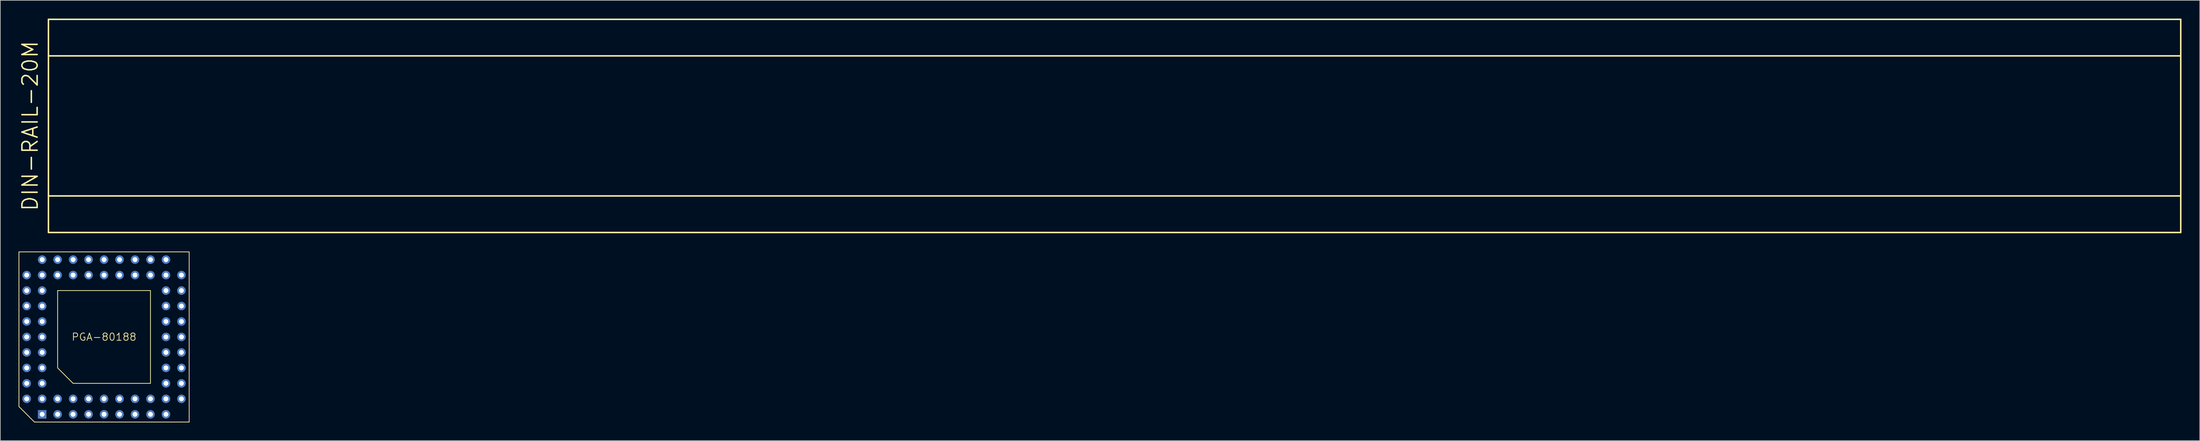
<source format=kicad_pcb>
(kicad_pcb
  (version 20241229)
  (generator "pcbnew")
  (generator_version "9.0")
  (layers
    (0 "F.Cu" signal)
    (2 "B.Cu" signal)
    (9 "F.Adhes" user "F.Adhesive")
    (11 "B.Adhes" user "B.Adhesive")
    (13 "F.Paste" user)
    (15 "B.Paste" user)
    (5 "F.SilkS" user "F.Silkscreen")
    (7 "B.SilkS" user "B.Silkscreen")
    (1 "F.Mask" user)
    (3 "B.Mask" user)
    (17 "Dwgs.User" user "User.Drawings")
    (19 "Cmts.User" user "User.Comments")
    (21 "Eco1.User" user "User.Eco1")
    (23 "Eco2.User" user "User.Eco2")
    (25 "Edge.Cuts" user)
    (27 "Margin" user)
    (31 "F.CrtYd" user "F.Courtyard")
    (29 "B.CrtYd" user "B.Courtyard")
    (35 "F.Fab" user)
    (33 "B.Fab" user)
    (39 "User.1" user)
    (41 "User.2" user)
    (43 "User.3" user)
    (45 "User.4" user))
  (footprint "PGA-80188"
    (layer "F.Cu")
    (at 14.03 52.28)
    (property "Reference" "PGA-80188" (at 0 0 0) (layer "F.SilkS") (effects (font (size 1.2 1.2) (thickness 0.12))))
    (attr through_hole)
    (fp_line (start -13.97 -13.97) (end 13.97 -13.97) (stroke (width 0.12) (type solid)) (layer "F.SilkS"))
    (fp_line (start -13.97 11.43) (end -13.97 -13.97) (stroke (width 0.12) (type solid)) (layer "F.SilkS"))
    (fp_line (start -11.43 13.97) (end -13.97 11.43) (stroke (width 0.12) (type solid)) (layer "F.SilkS"))
    (fp_line (start -7.62 -7.62) (end 7.62 -7.62) (stroke (width 0.12) (type solid)) (layer "F.SilkS"))
    (fp_line (start -7.62 5.08) (end -7.62 -7.62) (stroke (width 0.12) (type solid)) (layer "F.SilkS"))
    (fp_line (start -5.08 7.62) (end -7.62 5.08) (stroke (width 0.12) (type solid)) (layer "F.SilkS"))
    (fp_line (start 7.62 -7.62) (end 7.62 7.62) (stroke (width 0.12) (type solid)) (layer "F.SilkS"))
    (fp_line (start 7.62 7.62) (end -5.08 7.62) (stroke (width 0.12) (type solid)) (layer "F.SilkS"))
    (fp_line (start 13.97 -13.97) (end 13.97 13.97) (stroke (width 0.12) (type solid)) (layer "F.SilkS"))
    (fp_line (start 13.97 13.97) (end -11.43 13.97) (stroke (width 0.12) (type solid)) (layer "F.SilkS"))
    (pad "1" thru_hole rect (at -10.16 12.7) (size 1.4 1.4) (drill 0.8) (layers "*.Cu" "*.Mask"))
    (pad "2" thru_hole circle (at -10.16 10.16) (size 1.4 1.4) (drill 0.8) (layers "*.Cu" "*.Mask"))
    (pad "3" thru_hole circle (at -7.62 12.7) (size 1.4 1.4) (drill 0.8) (layers "*.Cu" "*.Mask"))
    (pad "4" thru_hole circle (at -7.62 10.16) (size 1.4 1.4) (drill 0.8) (layers "*.Cu" "*.Mask"))
    (pad "5" thru_hole circle (at -5.08 12.7) (size 1.4 1.4) (drill 0.8) (layers "*.Cu" "*.Mask"))
    (pad "6" thru_hole circle (at -5.08 10.16) (size 1.4 1.4) (drill 0.8) (layers "*.Cu" "*.Mask"))
    (pad "7" thru_hole circle (at -2.54 12.7) (size 1.4 1.4) (drill 0.8) (layers "*.Cu" "*.Mask"))
    (pad "8" thru_hole circle (at -2.54 10.16) (size 1.4 1.4) (drill 0.8) (layers "*.Cu" "*.Mask"))
    (pad "9" thru_hole circle (at 0 12.7) (size 1.4 1.4) (drill 0.8) (layers "*.Cu" "*.Mask"))
    (pad "10" thru_hole circle (at 0 10.16) (size 1.4 1.4) (drill 0.8) (layers "*.Cu" "*.Mask"))
    (pad "11" thru_hole circle (at 2.54 12.7) (size 1.4 1.4) (drill 0.8) (layers "*.Cu" "*.Mask"))
    (pad "12" thru_hole circle (at 2.54 10.16) (size 1.4 1.4) (drill 0.8) (layers "*.Cu" "*.Mask"))
    (pad "13" thru_hole circle (at 5.08 12.7) (size 1.4 1.4) (drill 0.8) (layers "*.Cu" "*.Mask"))
    (pad "14" thru_hole circle (at 5.08 10.16) (size 1.4 1.4) (drill 0.8) (layers "*.Cu" "*.Mask"))
    (pad "15" thru_hole circle (at 7.62 12.7) (size 1.4 1.4) (drill 0.8) (layers "*.Cu" "*.Mask"))
    (pad "16" thru_hole circle (at 7.62 10.16) (size 1.4 1.4) (drill 0.8) (layers "*.Cu" "*.Mask"))
    (pad "17" thru_hole circle (at 10.16 12.7) (size 1.4 1.4) (drill 0.8) (layers "*.Cu" "*.Mask"))
    (pad "18" thru_hole circle (at 12.7 10.16) (size 1.4 1.4) (drill 0.8) (layers "*.Cu" "*.Mask"))
    (pad "19" thru_hole circle (at 10.16 10.16) (size 1.4 1.4) (drill 0.8) (layers "*.Cu" "*.Mask"))
    (pad "20" thru_hole circle (at 12.7 7.62) (size 1.4 1.4) (drill 0.8) (layers "*.Cu" "*.Mask"))
    (pad "21" thru_hole circle (at 10.16 7.62) (size 1.4 1.4) (drill 0.8) (layers "*.Cu" "*.Mask"))
    (pad "22" thru_hole circle (at 12.7 5.08) (size 1.4 1.4) (drill 0.8) (layers "*.Cu" "*.Mask"))
    (pad "23" thru_hole circle (at 10.16 5.08) (size 1.4 1.4) (drill 0.8) (layers "*.Cu" "*.Mask"))
    (pad "24" thru_hole circle (at 12.7 2.54) (size 1.4 1.4) (drill 0.8) (layers "*.Cu" "*.Mask"))
    (pad "25" thru_hole circle (at 10.16 2.54) (size 1.4 1.4) (drill 0.8) (layers "*.Cu" "*.Mask"))
    (pad "26" thru_hole circle (at 12.7 0) (size 1.4 1.4) (drill 0.8) (layers "*.Cu" "*.Mask"))
    (pad "27" thru_hole circle (at 10.16 0) (size 1.4 1.4) (drill 0.8) (layers "*.Cu" "*.Mask"))
    (pad "28" thru_hole circle (at 12.7 -2.54) (size 1.4 1.4) (drill 0.8) (layers "*.Cu" "*.Mask"))
    (pad "29" thru_hole circle (at 10.16 -2.54) (size 1.4 1.4) (drill 0.8) (layers "*.Cu" "*.Mask"))
    (pad "30" thru_hole circle (at 12.7 -5.08) (size 1.4 1.4) (drill 0.8) (layers "*.Cu" "*.Mask"))
    (pad "31" thru_hole circle (at 10.16 -5.08) (size 1.4 1.4) (drill 0.8) (layers "*.Cu" "*.Mask"))
    (pad "32" thru_hole circle (at 12.7 -7.62) (size 1.4 1.4) (drill 0.8) (layers "*.Cu" "*.Mask"))
    (pad "33" thru_hole circle (at 10.16 -7.62) (size 1.4 1.4) (drill 0.8) (layers "*.Cu" "*.Mask"))
    (pad "34" thru_hole circle (at 12.7 -10.16) (size 1.4 1.4) (drill 0.8) (layers "*.Cu" "*.Mask"))
    (pad "35" thru_hole circle (at 10.16 -12.7) (size 1.4 1.4) (drill 0.8) (layers "*.Cu" "*.Mask"))
    (pad "36" thru_hole circle (at 10.16 -10.16) (size 1.4 1.4) (drill 0.8) (layers "*.Cu" "*.Mask"))
    (pad "37" thru_hole circle (at 7.62 -12.7) (size 1.4 1.4) (drill 0.8) (layers "*.Cu" "*.Mask"))
    (pad "38" thru_hole circle (at 7.62 -10.16) (size 1.4 1.4) (drill 0.8) (layers "*.Cu" "*.Mask"))
    (pad "39" thru_hole circle (at 5.08 -12.7) (size 1.4 1.4) (drill 0.8) (layers "*.Cu" "*.Mask"))
    (pad "40" thru_hole circle (at 5.08 -10.16) (size 1.4 1.4) (drill 0.8) (layers "*.Cu" "*.Mask"))
    (pad "41" thru_hole circle (at 2.54 -12.7) (size 1.4 1.4) (drill 0.8) (layers "*.Cu" "*.Mask"))
    (pad "42" thru_hole circle (at 2.54 -10.16) (size 1.4 1.4) (drill 0.8) (layers "*.Cu" "*.Mask"))
    (pad "43" thru_hole circle (at 0 -12.7) (size 1.4 1.4) (drill 0.8) (layers "*.Cu" "*.Mask"))
    (pad "44" thru_hole circle (at 0 -10.16) (size 1.4 1.4) (drill 0.8) (layers "*.Cu" "*.Mask"))
    (pad "45" thru_hole circle (at -2.54 -12.7) (size 1.4 1.4) (drill 0.8) (layers "*.Cu" "*.Mask"))
    (pad "46" thru_hole circle (at -2.54 -10.16) (size 1.4 1.4) (drill 0.8) (layers "*.Cu" "*.Mask"))
    (pad "47" thru_hole circle (at -5.08 -12.7) (size 1.4 1.4) (drill 0.8) (layers "*.Cu" "*.Mask"))
    (pad "48" thru_hole circle (at -5.08 -10.16) (size 1.4 1.4) (drill 0.8) (layers "*.Cu" "*.Mask"))
    (pad "49" thru_hole circle (at -7.62 -12.7) (size 1.4 1.4) (drill 0.8) (layers "*.Cu" "*.Mask"))
    (pad "50" thru_hole circle (at -7.62 -10.16) (size 1.4 1.4) (drill 0.8) (layers "*.Cu" "*.Mask"))
    (pad "51" thru_hole circle (at -10.16 -12.7) (size 1.4 1.4) (drill 0.8) (layers "*.Cu" "*.Mask"))
    (pad "52" thru_hole circle (at -12.7 -10.16) (size 1.4 1.4) (drill 0.8) (layers "*.Cu" "*.Mask"))
    (pad "53" thru_hole circle (at -10.16 -10.16) (size 1.4 1.4) (drill 0.8) (layers "*.Cu" "*.Mask"))
    (pad "54" thru_hole circle (at -12.7 -7.62) (size 1.4 1.4) (drill 0.8) (layers "*.Cu" "*.Mask"))
    (pad "55" thru_hole circle (at -10.16 -7.62) (size 1.4 1.4) (drill 0.8) (layers "*.Cu" "*.Mask"))
    (pad "56" thru_hole circle (at -12.7 -5.08) (size 1.4 1.4) (drill 0.8) (layers "*.Cu" "*.Mask"))
    (pad "57" thru_hole circle (at -10.16 -5.08) (size 1.4 1.4) (drill 0.8) (layers "*.Cu" "*.Mask"))
    (pad "58" thru_hole circle (at -12.7 -2.54) (size 1.4 1.4) (drill 0.8) (layers "*.Cu" "*.Mask"))
    (pad "59" thru_hole circle (at -10.16 -2.54) (size 1.4 1.4) (drill 0.8) (layers "*.Cu" "*.Mask"))
    (pad "60" thru_hole circle (at -12.7 0) (size 1.4 1.4) (drill 0.8) (layers "*.Cu" "*.Mask"))
    (pad "61" thru_hole circle (at -10.16 0) (size 1.4 1.4) (drill 0.8) (layers "*.Cu" "*.Mask"))
    (pad "62" thru_hole circle (at -12.7 2.54) (size 1.4 1.4) (drill 0.8) (layers "*.Cu" "*.Mask"))
    (pad "63" thru_hole circle (at -10.16 2.54) (size 1.4 1.4) (drill 0.8) (layers "*.Cu" "*.Mask"))
    (pad "64" thru_hole circle (at -12.7 5.08) (size 1.4 1.4) (drill 0.8) (layers "*.Cu" "*.Mask"))
    (pad "65" thru_hole circle (at -10.16 5.08) (size 1.4 1.4) (drill 0.8) (layers "*.Cu" "*.Mask"))
    (pad "66" thru_hole circle (at -12.7 7.62) (size 1.4 1.4) (drill 0.8) (layers "*.Cu" "*.Mask"))
    (pad "67" thru_hole circle (at -10.16 7.62) (size 1.4 1.4) (drill 0.8) (layers "*.Cu" "*.Mask"))
    (pad "68" thru_hole circle (at -12.7 10.16) (size 1.4 1.4) (drill 0.8) (layers "*.Cu" "*.Mask")))
  (footprint "DIN-RAIL-20M"
    (layer "F.Cu")
    (at 4.901 17.625)
    (property "Reference" "DIN-RAIL-20M" (at -3 0 90) (layer "F.SilkS") (effects (font (size 2.5 2.5) (thickness 0.25))))
    (attr through_hole)
    (fp_line (start 0 -17.5) (end 350 -17.5) (stroke (width 0.25) (type solid)) (layer "F.SilkS"))
    (fp_line (start 0 11.5) (end 350 11.5) (stroke (width 0.25) (type solid)) (layer "F.SilkS"))
    (fp_line (start 0 17.5) (end 0 -17.5) (stroke (width 0.25) (type solid)) (layer "F.SilkS"))
    (fp_line (start 350 -17.5) (end 350 17.5) (stroke (width 0.25) (type solid)) (layer "F.SilkS"))
    (fp_line (start 350 -11.5) (end 0 -11.5) (stroke (width 0.25) (type solid)) (layer "F.SilkS"))
    (fp_line (start 350 17.5) (end 0 17.5) (stroke (width 0.25) (type solid)) (layer "F.SilkS")))
  (gr_rect
    (start -3 -3)
    (end 358.026 69.31)
    (stroke (width 0.1) (type default))
    (fill no)
    (layer "Edge.Cuts")))
</source>
